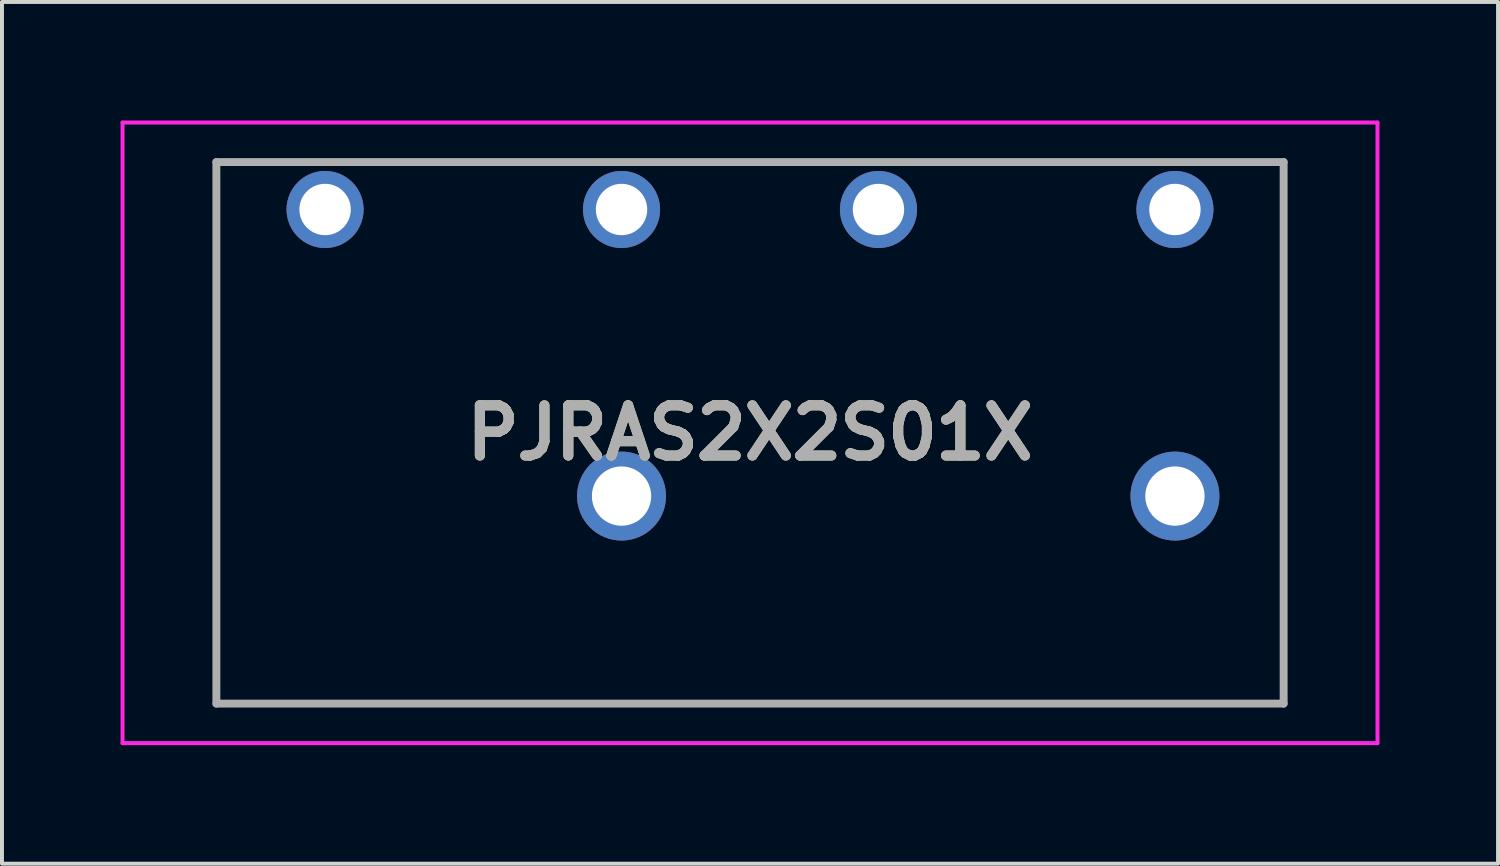
<source format=kicad_pcb>
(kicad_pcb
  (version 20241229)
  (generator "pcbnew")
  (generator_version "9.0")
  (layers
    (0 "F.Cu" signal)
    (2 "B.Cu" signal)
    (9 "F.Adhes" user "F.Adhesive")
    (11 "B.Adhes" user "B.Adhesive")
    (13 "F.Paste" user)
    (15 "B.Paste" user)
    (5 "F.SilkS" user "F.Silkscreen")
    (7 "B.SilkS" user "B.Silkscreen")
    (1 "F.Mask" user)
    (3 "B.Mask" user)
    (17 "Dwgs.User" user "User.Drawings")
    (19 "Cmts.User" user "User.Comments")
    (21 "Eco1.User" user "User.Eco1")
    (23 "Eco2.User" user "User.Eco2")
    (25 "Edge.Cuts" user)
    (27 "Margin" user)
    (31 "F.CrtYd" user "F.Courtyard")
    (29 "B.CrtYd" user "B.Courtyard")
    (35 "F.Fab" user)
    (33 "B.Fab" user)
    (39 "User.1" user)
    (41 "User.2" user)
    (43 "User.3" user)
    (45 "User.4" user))
  (footprint "PJRAS2X2S01X"
    (layer "F.Cu")
    (at 15.924 7.9)
    (property "Reference" "PJRAS2X2S01X" (at 0 0 0) (layer "F.SilkS") (effects (font (size 1.27 1.27) (thickness 0.254))))
    (attr through_hole)
    (fp_line (start -13.5 -6.85) (end 13.5 -6.85) (stroke (width 0.1) (type solid)) (layer "F.SilkS"))
    (fp_line (start -13.5 -4.275) (end -13.5 -6.85) (stroke (width 0.1) (type solid)) (layer "F.SilkS"))
    (fp_line (start -13.5 0.225) (end -13.5 6.85) (stroke (width 0.1) (type solid)) (layer "F.SilkS"))
    (fp_line (start -13.5 6.85) (end 13.5 6.85) (stroke (width 0.1) (type solid)) (layer "F.SilkS"))
    (fp_line (start 13.5 -6.85) (end 13.5 -4.275) (stroke (width 0.1) (type solid)) (layer "F.SilkS"))
    (fp_line (start 13.5 6.85) (end 13.5 0.225) (stroke (width 0.1) (type solid)) (layer "F.SilkS"))
    (fp_line (start -15.874 -7.85) (end 15.874 -7.85) (stroke (width 0.1) (type solid)) (layer "F.CrtYd"))
    (fp_line (start -15.874 7.85) (end -15.874 -7.85) (stroke (width 0.1) (type solid)) (layer "F.CrtYd"))
    (fp_line (start 15.874 -7.85) (end 15.874 7.85) (stroke (width 0.1) (type solid)) (layer "F.CrtYd"))
    (fp_line (start 15.874 7.85) (end -15.874 7.85) (stroke (width 0.1) (type solid)) (layer "F.CrtYd"))
    (fp_line (start -13.5 -6.85) (end 13.5 -6.85) (stroke (width 0.2) (type solid)) (layer "F.Fab"))
    (fp_line (start -13.5 6.85) (end -13.5 -6.85) (stroke (width 0.2) (type solid)) (layer "F.Fab"))
    (fp_line (start 13.5 -6.85) (end 13.5 6.85) (stroke (width 0.2) (type solid)) (layer "F.Fab"))
    (fp_line (start 13.5 6.85) (end -13.5 6.85) (stroke (width 0.2) (type solid)) (layer "F.Fab"))
    (fp_text user "${REFERENCE}" (at 0 0 0) (layer "F.Fab") (effects (font (size 1.27 1.27) (thickness 0.254))))
    (pad "" np_thru_hole circle (at -13.15 -1.9) (size 0.001 0.001) (drill 3.448) (layers "*.Cu" "*.Mask"))
    (pad "" np_thru_hole circle (at 13.15 -1.9) (size 0.001 0.001) (drill 3.448) (layers "*.Cu" "*.Mask"))
    (pad "1" thru_hole circle (at -10.75 -5.65) (size 1.95 1.95) (drill 1.3) (layers "*.Cu" "*.Mask"))
    (pad "2" thru_hole circle (at -3.25 -5.65) (size 1.95 1.95) (drill 1.3) (layers "*.Cu" "*.Mask"))
    (pad "3" thru_hole circle (at 3.25 -5.65) (size 1.95 1.95) (drill 1.3) (layers "*.Cu" "*.Mask"))
    (pad "4" thru_hole circle (at 10.75 -5.65) (size 1.95 1.95) (drill 1.3) (layers "*.Cu" "*.Mask"))
    (pad "5" thru_hole circle (at -3.25 1.6) (size 2.25 2.25) (drill 1.5) (layers "*.Cu" "*.Mask"))
    (pad "6" thru_hole circle (at 10.75 1.6) (size 2.25 2.25) (drill 1.5) (layers "*.Cu" "*.Mask")))
  (gr_rect
    (start -3 -3)
    (end 34.848 18.8)
    (stroke (width 0.1) (type default))
    (fill no)
    (layer "Edge.Cuts")))
</source>
